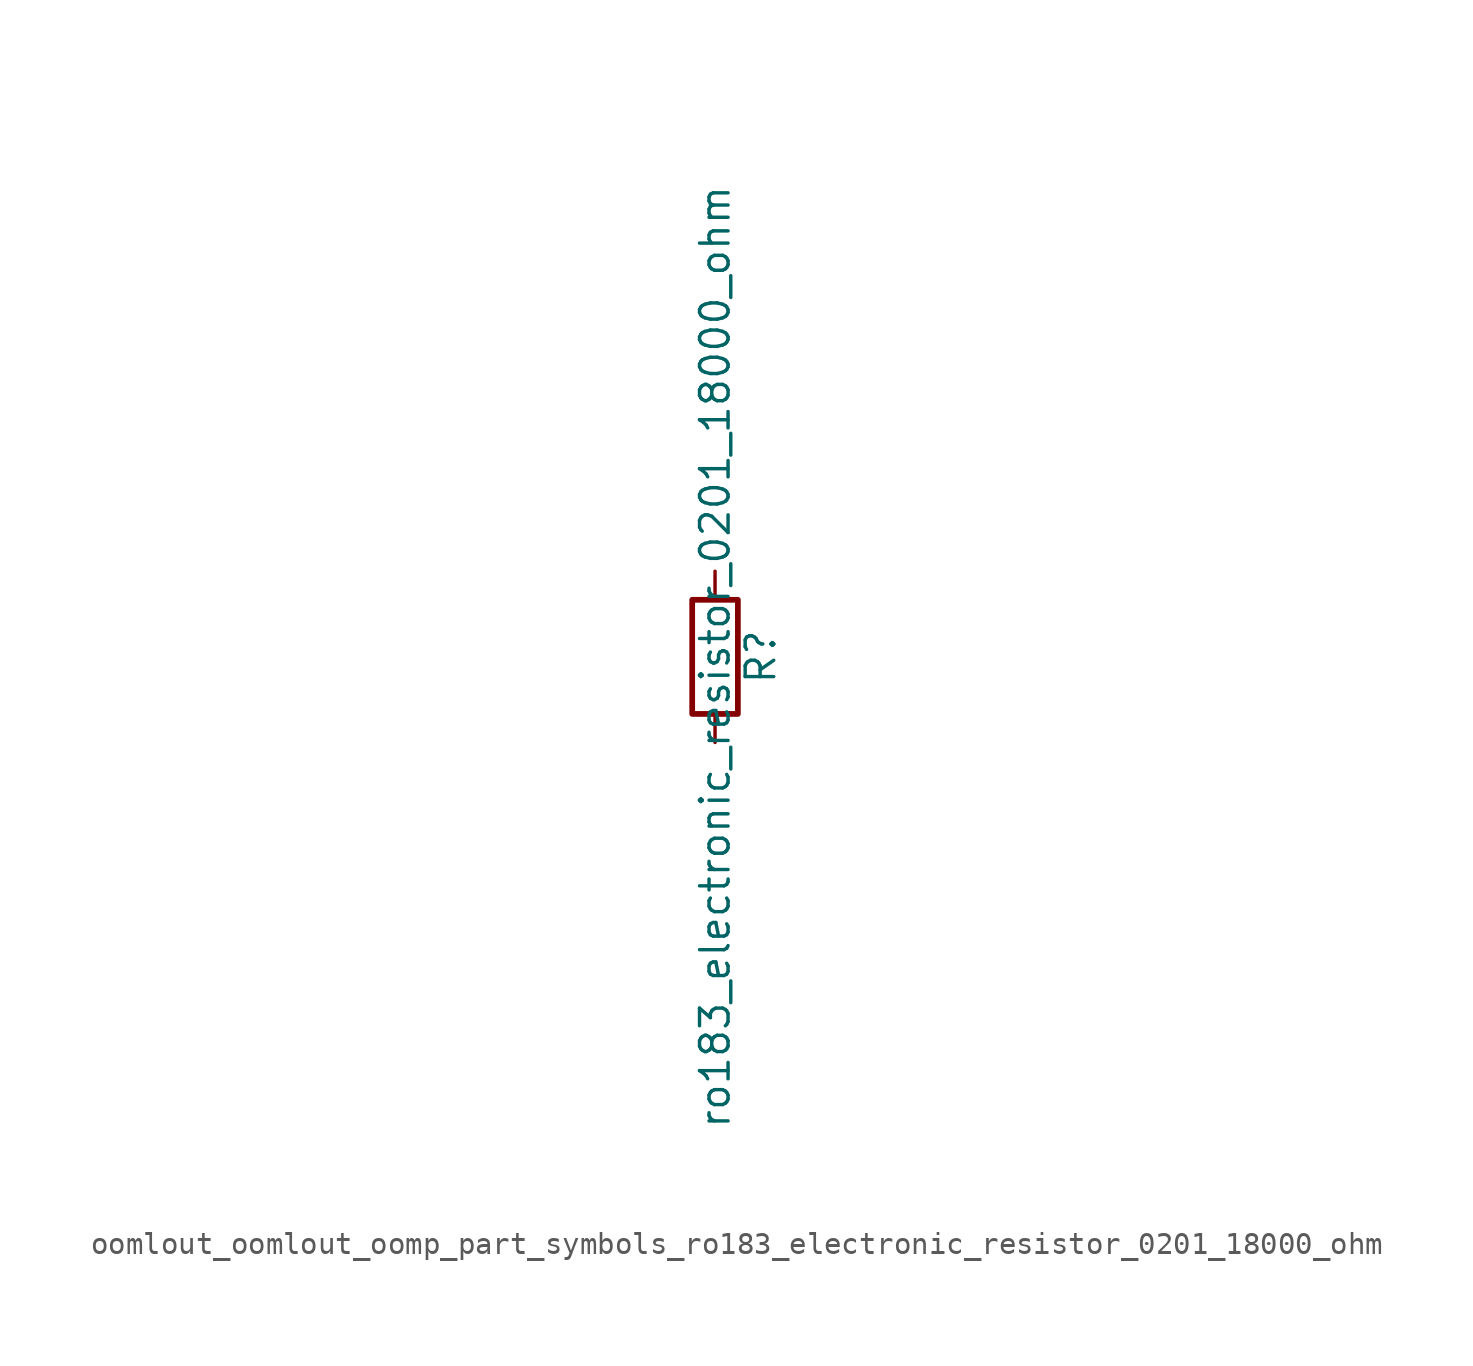
<source format=kicad_sym>
(kicad_symbol_lib
  (version 20220914)
  (generator kicad_symbol_editor)
  (symbol "oomlout_oomlout_oomp_part_symbols_ro183_electronic_resistor_0201_18000_ohm"
    (pin_numbers hide)
    (pin_names
      (offset 0))
    (property "Reference" "R"
      (at 2.032 0 90)
      (effects (font (size 1.27 1.27))))
    (property "Value" "ro183_electronic_resistor_0201_18000_ohm"
      (at 0 0 90)
      (effects (font (size 1.27 1.27))))
    (symbol "oomlout_oomlout_oomp_part_symbols_ro183_electronic_resistor_0201_18000_ohm_0_1"
      (rectangle (start -1.016 -2.54) (end 1.016 2.54) (stroke (width 0.254) (type default)) (fill (type none))))
    (symbol "oomlout_oomlout_oomp_part_symbols_ro183_electronic_resistor_0201_18000_ohm_1_1"
      (pin passive line (at 0 3.81 270) (length 1.27) (name "~" (effects (font (size 1.27 1.27)))) (number "1" (effects (font (size 1.27 1.27)))))
      (pin passive line (at 0 -3.81 90) (length 1.27) (name "~" (effects (font (size 1.27 1.27)))) (number "2" (effects (font (size 1.27 1.27))))))))
</source>
